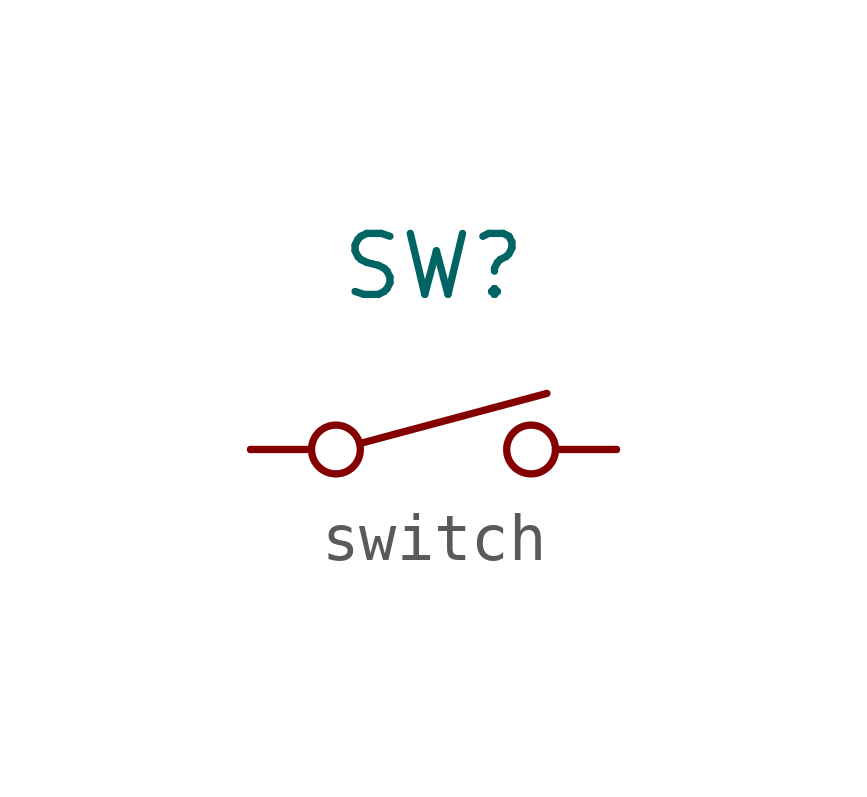
<source format=kicad_sym>
(kicad_symbol_lib
  (version 20231120)
  (generator "kicad_symbol_editor")
  (generator_version "8.0")
  (symbol "switch"
    (pin_names
      (offset 0) hide)
    (property "Reference" "SW"
      (at 0 3.81 0)
      (effects (font (size 1.27 1.27))))
    (symbol "switch_0_0"
      (circle (center -2.032 0) (radius 0.508) (stroke (width 0) (type default)) (fill (type none)))
      (polyline (pts (xy -1.524 0.127) (xy 2.362 1.168)) (stroke (width 0) (type default)) (fill (type none)))
      (circle (center 2.032 0) (radius 0.508) (stroke (width 0) (type default)) (fill (type none))))
    (symbol "switch_0_1"
      (polyline (pts (xy -3.81 0) (xy -2.54 0)) (stroke (width 0) (type default)) (fill (type none)))
      (polyline (pts (xy 3.81 0) (xy 2.54 0)) (stroke (width 0) (type default)) (fill (type none))))
    (symbol "switch_1_1"
      (pin passive line (at -3.81 0 0) (length 0) (name "~" (effects (font (size 1.27 1.27)))) (number "" (effects (font (size 1.27 1.27)))))
      (pin passive line (at 3.81 0 180) (length 0) (name "~" (effects (font (size 1.27 1.27)))) (number "" (effects (font (size 1.27 1.27))))))))
</source>
